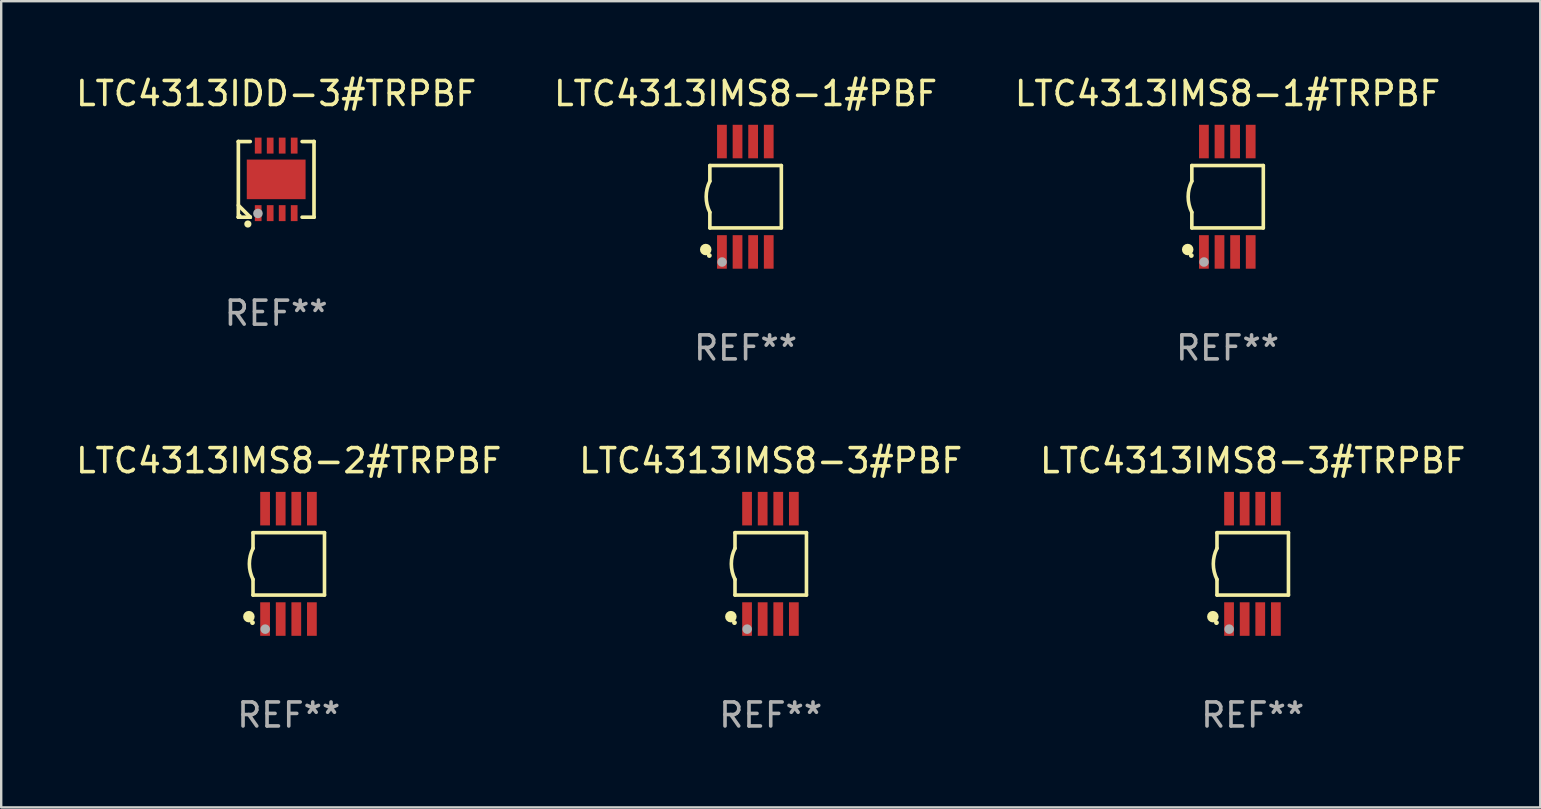
<source format=kicad_pcb>
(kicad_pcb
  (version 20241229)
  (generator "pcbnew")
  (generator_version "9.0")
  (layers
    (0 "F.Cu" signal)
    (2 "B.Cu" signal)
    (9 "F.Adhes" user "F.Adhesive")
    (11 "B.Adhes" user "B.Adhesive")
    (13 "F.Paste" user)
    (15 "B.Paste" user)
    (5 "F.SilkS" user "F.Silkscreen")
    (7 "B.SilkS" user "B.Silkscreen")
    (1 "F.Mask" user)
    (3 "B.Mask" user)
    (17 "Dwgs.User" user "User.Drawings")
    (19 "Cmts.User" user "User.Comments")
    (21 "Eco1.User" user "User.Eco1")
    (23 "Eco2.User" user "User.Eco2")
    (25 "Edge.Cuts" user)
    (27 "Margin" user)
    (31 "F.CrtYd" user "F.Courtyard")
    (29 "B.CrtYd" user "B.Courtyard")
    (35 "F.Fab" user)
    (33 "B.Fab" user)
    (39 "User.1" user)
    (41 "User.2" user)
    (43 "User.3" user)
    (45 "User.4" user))
  (footprint "LTC4313IMS8-3#PBF"
    (layer "F.Cu")
    (at 29.065 20.445)
    (property "Reference" "LTC4313IMS8-3#PBF" (at 0 -4.3 0) (layer "F.SilkS") (effects (font (size 1 1) (thickness 0.15))))
    (attr through_hole)
    (fp_line (start -1.489 -1.3) (end -1.489 -0.648) (stroke (width 0.15) (type solid)) (layer "F.SilkS"))
    (fp_line (start -1.489 0.648) (end -1.489 1.3) (stroke (width 0.15) (type solid)) (layer "F.SilkS"))
    (fp_line (start -1.489 1.3) (end 1.489 1.3) (stroke (width 0.15) (type solid)) (layer "F.SilkS"))
    (fp_line (start 1.489 -1.3) (end -1.489 -1.3) (stroke (width 0.15) (type solid)) (layer "F.SilkS"))
    (fp_line (start 1.489 1.3) (end 1.489 -1.3) (stroke (width 0.15) (type solid)) (layer "F.SilkS"))
    (fp_arc (start -1.489205 0.647702) (mid -1.642107 0) (end -1.489205 -0.647701) (stroke (width 0.150013) (type solid)) (layer "F.SilkS"))
    (fp_circle (center -1.661 2.2) (end -1.541 2.2) (stroke (width 0.24) (type solid)) (fill no) (layer "F.SilkS"))
    (fp_circle (center -1.511 2.45) (end -1.461 2.45) (stroke (width 0.1) (type solid)) (fill no) (layer "F.SilkS"))
    (fp_circle (center -0.981 2.72) (end -0.881 2.72) (stroke (width 0.2) (type solid)) (fill no) (layer "F.Fab"))
    (fp_text user "REF**" (at 0 6.3 0) (layer "F.Fab") (effects (font (size 1 1) (thickness 0.15))))
    (pad "1" smd rect (at -0.986 2.3) (size 0.406 1.397) (layers "F.Cu" "F.Mask" "F.Paste"))
    (pad "2" smd rect (at -0.336 2.3) (size 0.406 1.397) (layers "F.Cu" "F.Mask" "F.Paste"))
    (pad "3" smd rect (at 0.314 2.3) (size 0.406 1.397) (layers "F.Cu" "F.Mask" "F.Paste"))
    (pad "4" smd rect (at 0.964 2.3) (size 0.406 1.397) (layers "F.Cu" "F.Mask" "F.Paste"))
    (pad "5" smd rect (at 0.964 -2.3) (size 0.406 1.397) (layers "F.Cu" "F.Mask" "F.Paste"))
    (pad "6" smd rect (at 0.314 -2.3) (size 0.406 1.397) (layers "F.Cu" "F.Mask" "F.Paste"))
    (pad "7" smd rect (at -0.336 -2.3) (size 0.406 1.397) (layers "F.Cu" "F.Mask" "F.Paste"))
    (pad "8" smd rect (at -0.986 -2.3) (size 0.406 1.397) (layers "F.Cu" "F.Mask" "F.Paste")))
  (footprint "LTC4313IDD-3#TRPBF"
    (layer "F.Cu")
    (at 8.458 4.424)
    (property "Reference" "LTC4313IDD-3#TRPBF" (at 0 -3.576 0) (layer "F.SilkS") (effects (font (size 1 1) (thickness 0.15))))
    (attr through_hole)
    (fp_line (start -1.576 -1.576) (end -1.576 -1.576) (stroke (width 0.152) (type solid)) (layer "F.SilkS"))
    (fp_line (start -1.576 -1.576) (end -1.08 -1.576) (stroke (width 0.152) (type solid)) (layer "F.SilkS"))
    (fp_line (start -1.576 1.576) (end -1.576 -1.576) (stroke (width 0.152) (type solid)) (layer "F.SilkS"))
    (fp_line (start -1.576 1.576) (end -1.576 1.576) (stroke (width 0.152) (type solid)) (layer "F.SilkS"))
    (fp_line (start -1.08 1.575) (end -1.576 1.079) (stroke (width 0.152) (type solid)) (layer "F.SilkS"))
    (fp_line (start -1.08 1.576) (end -1.576 1.576) (stroke (width 0.152) (type solid)) (layer "F.SilkS"))
    (fp_line (start -1.08 1.576) (end -1.08 1.575) (stroke (width 0.152) (type solid)) (layer "F.SilkS"))
    (fp_line (start 1.08 1.576) (end 1.576 1.576) (stroke (width 0.152) (type solid)) (layer "F.SilkS"))
    (fp_line (start 1.576 -1.576) (end 1.08 -1.576) (stroke (width 0.152) (type solid)) (layer "F.SilkS"))
    (fp_line (start 1.576 -1.576) (end 1.576 -1.576) (stroke (width 0.152) (type solid)) (layer "F.SilkS"))
    (fp_line (start 1.576 1.576) (end 1.576 -1.576) (stroke (width 0.152) (type solid)) (layer "F.SilkS"))
    (fp_line (start 1.576 1.576) (end 1.576 1.576) (stroke (width 0.152) (type solid)) (layer "F.SilkS"))
    (fp_circle (center -1.5 1.5) (end -1.47 1.5) (stroke (width 0.06) (type solid)) (fill no) (layer "F.SilkS"))
    (fp_circle (center -1.18 1.86) (end -1.105 1.86) (stroke (width 0.15) (type solid)) (fill no) (layer "F.SilkS"))
    (fp_circle (center -0.76 1.42) (end -0.66 1.42) (stroke (width 0.2) (type solid)) (fill no) (layer "F.Fab"))
    (fp_text user "REF**" (at 0 5.576 0) (layer "F.Fab") (effects (font (size 1 1) (thickness 0.15))))
    (pad "1" smd rect (at -0.75 1.407) (size 0.28 0.665) (layers "F.Cu" "F.Mask" "F.Paste"))
    (pad "2" smd rect (at -0.25 1.407) (size 0.28 0.665) (layers "F.Cu" "F.Mask" "F.Paste"))
    (pad "3" smd rect (at 0.25 1.407) (size 0.28 0.665) (layers "F.Cu" "F.Mask" "F.Paste"))
    (pad "4" smd rect (at 0.75 1.407) (size 0.28 0.665) (layers "F.Cu" "F.Mask" "F.Paste"))
    (pad "5" smd rect (at 0.75 -1.407) (size 0.28 0.665) (layers "F.Cu" "F.Mask" "F.Paste"))
    (pad "6" smd rect (at 0.25 -1.407) (size 0.28 0.665) (layers "F.Cu" "F.Mask" "F.Paste"))
    (pad "7" smd rect (at -0.25 -1.407) (size 0.28 0.665) (layers "F.Cu" "F.Mask" "F.Paste"))
    (pad "8" smd rect (at -0.75 -1.407) (size 0.28 0.665) (layers "F.Cu" "F.Mask" "F.Paste"))
    (pad "9" smd rect (at 0 0) (size 2.45 1.65) (layers "F.Cu" "F.Mask" "F.Paste")))
  (footprint "LTC4313IMS8-3#TRPBF"
    (layer "F.Cu")
    (at 49.149 20.445)
    (property "Reference" "LTC4313IMS8-3#TRPBF" (at 0 -4.3 0) (layer "F.SilkS") (effects (font (size 1 1) (thickness 0.15))))
    (attr through_hole)
    (fp_line (start -1.489 -1.3) (end -1.489 -0.648) (stroke (width 0.15) (type solid)) (layer "F.SilkS"))
    (fp_line (start -1.489 0.648) (end -1.489 1.3) (stroke (width 0.15) (type solid)) (layer "F.SilkS"))
    (fp_line (start -1.489 1.3) (end 1.489 1.3) (stroke (width 0.15) (type solid)) (layer "F.SilkS"))
    (fp_line (start 1.489 -1.3) (end -1.489 -1.3) (stroke (width 0.15) (type solid)) (layer "F.SilkS"))
    (fp_line (start 1.489 1.3) (end 1.489 -1.3) (stroke (width 0.15) (type solid)) (layer "F.SilkS"))
    (fp_arc (start -1.489205 0.647702) (mid -1.642107 0) (end -1.489205 -0.647701) (stroke (width 0.150013) (type solid)) (layer "F.SilkS"))
    (fp_circle (center -1.661 2.2) (end -1.541 2.2) (stroke (width 0.24) (type solid)) (fill no) (layer "F.SilkS"))
    (fp_circle (center -1.511 2.45) (end -1.461 2.45) (stroke (width 0.1) (type solid)) (fill no) (layer "F.SilkS"))
    (fp_circle (center -0.981 2.72) (end -0.881 2.72) (stroke (width 0.2) (type solid)) (fill no) (layer "F.Fab"))
    (fp_text user "REF**" (at 0 6.3 0) (layer "F.Fab") (effects (font (size 1 1) (thickness 0.15))))
    (pad "1" smd rect (at -0.986 2.3) (size 0.406 1.397) (layers "F.Cu" "F.Mask" "F.Paste"))
    (pad "2" smd rect (at -0.336 2.3) (size 0.406 1.397) (layers "F.Cu" "F.Mask" "F.Paste"))
    (pad "3" smd rect (at 0.314 2.3) (size 0.406 1.397) (layers "F.Cu" "F.Mask" "F.Paste"))
    (pad "4" smd rect (at 0.964 2.3) (size 0.406 1.397) (layers "F.Cu" "F.Mask" "F.Paste"))
    (pad "5" smd rect (at 0.964 -2.3) (size 0.406 1.397) (layers "F.Cu" "F.Mask" "F.Paste"))
    (pad "6" smd rect (at 0.314 -2.3) (size 0.406 1.397) (layers "F.Cu" "F.Mask" "F.Paste"))
    (pad "7" smd rect (at -0.336 -2.3) (size 0.406 1.397) (layers "F.Cu" "F.Mask" "F.Paste"))
    (pad "8" smd rect (at -0.986 -2.3) (size 0.406 1.397) (layers "F.Cu" "F.Mask" "F.Paste")))
  (footprint "LTC4313IMS8-1#PBF"
    (layer "F.Cu")
    (at 28.018 5.148)
    (property "Reference" "LTC4313IMS8-1#PBF" (at 0 -4.3 0) (layer "F.SilkS") (effects (font (size 1 1) (thickness 0.15))))
    (attr through_hole)
    (fp_line (start -1.489 -1.3) (end -1.489 -0.648) (stroke (width 0.15) (type solid)) (layer "F.SilkS"))
    (fp_line (start -1.489 0.648) (end -1.489 1.3) (stroke (width 0.15) (type solid)) (layer "F.SilkS"))
    (fp_line (start -1.489 1.3) (end 1.489 1.3) (stroke (width 0.15) (type solid)) (layer "F.SilkS"))
    (fp_line (start 1.489 -1.3) (end -1.489 -1.3) (stroke (width 0.15) (type solid)) (layer "F.SilkS"))
    (fp_line (start 1.489 1.3) (end 1.489 -1.3) (stroke (width 0.15) (type solid)) (layer "F.SilkS"))
    (fp_arc (start -1.489205 0.647702) (mid -1.642107 0) (end -1.489205 -0.647701) (stroke (width 0.150013) (type solid)) (layer "F.SilkS"))
    (fp_circle (center -1.661 2.2) (end -1.541 2.2) (stroke (width 0.24) (type solid)) (fill no) (layer "F.SilkS"))
    (fp_circle (center -1.511 2.45) (end -1.461 2.45) (stroke (width 0.1) (type solid)) (fill no) (layer "F.SilkS"))
    (fp_circle (center -0.981 2.72) (end -0.881 2.72) (stroke (width 0.2) (type solid)) (fill no) (layer "F.Fab"))
    (fp_text user "REF**" (at 0 6.3 0) (layer "F.Fab") (effects (font (size 1 1) (thickness 0.15))))
    (pad "1" smd rect (at -0.986 2.3) (size 0.406 1.397) (layers "F.Cu" "F.Mask" "F.Paste"))
    (pad "2" smd rect (at -0.336 2.3) (size 0.406 1.397) (layers "F.Cu" "F.Mask" "F.Paste"))
    (pad "3" smd rect (at 0.314 2.3) (size 0.406 1.397) (layers "F.Cu" "F.Mask" "F.Paste"))
    (pad "4" smd rect (at 0.964 2.3) (size 0.406 1.397) (layers "F.Cu" "F.Mask" "F.Paste"))
    (pad "5" smd rect (at 0.964 -2.3) (size 0.406 1.397) (layers "F.Cu" "F.Mask" "F.Paste"))
    (pad "6" smd rect (at 0.314 -2.3) (size 0.406 1.397) (layers "F.Cu" "F.Mask" "F.Paste"))
    (pad "7" smd rect (at -0.336 -2.3) (size 0.406 1.397) (layers "F.Cu" "F.Mask" "F.Paste"))
    (pad "8" smd rect (at -0.986 -2.3) (size 0.406 1.397) (layers "F.Cu" "F.Mask" "F.Paste")))
  (footprint "LTC4313IMS8-1#TRPBF"
    (layer "F.Cu")
    (at 48.101 5.148)
    (property "Reference" "LTC4313IMS8-1#TRPBF" (at 0 -4.3 0) (layer "F.SilkS") (effects (font (size 1 1) (thickness 0.15))))
    (attr through_hole)
    (fp_line (start -1.489 -1.3) (end -1.489 -0.648) (stroke (width 0.15) (type solid)) (layer "F.SilkS"))
    (fp_line (start -1.489 0.648) (end -1.489 1.3) (stroke (width 0.15) (type solid)) (layer "F.SilkS"))
    (fp_line (start -1.489 1.3) (end 1.489 1.3) (stroke (width 0.15) (type solid)) (layer "F.SilkS"))
    (fp_line (start 1.489 -1.3) (end -1.489 -1.3) (stroke (width 0.15) (type solid)) (layer "F.SilkS"))
    (fp_line (start 1.489 1.3) (end 1.489 -1.3) (stroke (width 0.15) (type solid)) (layer "F.SilkS"))
    (fp_arc (start -1.489205 0.647702) (mid -1.642107 0) (end -1.489205 -0.647701) (stroke (width 0.150013) (type solid)) (layer "F.SilkS"))
    (fp_circle (center -1.661 2.2) (end -1.541 2.2) (stroke (width 0.24) (type solid)) (fill no) (layer "F.SilkS"))
    (fp_circle (center -1.511 2.45) (end -1.461 2.45) (stroke (width 0.1) (type solid)) (fill no) (layer "F.SilkS"))
    (fp_circle (center -0.981 2.72) (end -0.881 2.72) (stroke (width 0.2) (type solid)) (fill no) (layer "F.Fab"))
    (fp_text user "REF**" (at 0 6.3 0) (layer "F.Fab") (effects (font (size 1 1) (thickness 0.15))))
    (pad "1" smd rect (at -0.986 2.3) (size 0.406 1.397) (layers "F.Cu" "F.Mask" "F.Paste"))
    (pad "2" smd rect (at -0.336 2.3) (size 0.406 1.397) (layers "F.Cu" "F.Mask" "F.Paste"))
    (pad "3" smd rect (at 0.314 2.3) (size 0.406 1.397) (layers "F.Cu" "F.Mask" "F.Paste"))
    (pad "4" smd rect (at 0.964 2.3) (size 0.406 1.397) (layers "F.Cu" "F.Mask" "F.Paste"))
    (pad "5" smd rect (at 0.964 -2.3) (size 0.406 1.397) (layers "F.Cu" "F.Mask" "F.Paste"))
    (pad "6" smd rect (at 0.314 -2.3) (size 0.406 1.397) (layers "F.Cu" "F.Mask" "F.Paste"))
    (pad "7" smd rect (at -0.336 -2.3) (size 0.406 1.397) (layers "F.Cu" "F.Mask" "F.Paste"))
    (pad "8" smd rect (at -0.986 -2.3) (size 0.406 1.397) (layers "F.Cu" "F.Mask" "F.Paste")))
  (footprint "LTC4313IMS8-2#TRPBF"
    (layer "F.Cu")
    (at 8.982 20.445)
    (property "Reference" "LTC4313IMS8-2#TRPBF" (at 0 -4.3 0) (layer "F.SilkS") (effects (font (size 1 1) (thickness 0.15))))
    (attr through_hole)
    (fp_line (start -1.489 -1.3) (end -1.489 -0.648) (stroke (width 0.15) (type solid)) (layer "F.SilkS"))
    (fp_line (start -1.489 0.648) (end -1.489 1.3) (stroke (width 0.15) (type solid)) (layer "F.SilkS"))
    (fp_line (start -1.489 1.3) (end 1.489 1.3) (stroke (width 0.15) (type solid)) (layer "F.SilkS"))
    (fp_line (start 1.489 -1.3) (end -1.489 -1.3) (stroke (width 0.15) (type solid)) (layer "F.SilkS"))
    (fp_line (start 1.489 1.3) (end 1.489 -1.3) (stroke (width 0.15) (type solid)) (layer "F.SilkS"))
    (fp_arc (start -1.489205 0.647702) (mid -1.642107 0) (end -1.489205 -0.647701) (stroke (width 0.150013) (type solid)) (layer "F.SilkS"))
    (fp_circle (center -1.661 2.2) (end -1.541 2.2) (stroke (width 0.24) (type solid)) (fill no) (layer "F.SilkS"))
    (fp_circle (center -1.511 2.45) (end -1.461 2.45) (stroke (width 0.1) (type solid)) (fill no) (layer "F.SilkS"))
    (fp_circle (center -0.981 2.72) (end -0.881 2.72) (stroke (width 0.2) (type solid)) (fill no) (layer "F.Fab"))
    (fp_text user "REF**" (at 0 6.3 0) (layer "F.Fab") (effects (font (size 1 1) (thickness 0.15))))
    (pad "1" smd rect (at -0.986 2.3) (size 0.406 1.397) (layers "F.Cu" "F.Mask" "F.Paste"))
    (pad "2" smd rect (at -0.336 2.3) (size 0.406 1.397) (layers "F.Cu" "F.Mask" "F.Paste"))
    (pad "3" smd rect (at 0.314 2.3) (size 0.406 1.397) (layers "F.Cu" "F.Mask" "F.Paste"))
    (pad "4" smd rect (at 0.964 2.3) (size 0.406 1.397) (layers "F.Cu" "F.Mask" "F.Paste"))
    (pad "5" smd rect (at 0.964 -2.3) (size 0.406 1.397) (layers "F.Cu" "F.Mask" "F.Paste"))
    (pad "6" smd rect (at 0.314 -2.3) (size 0.406 1.397) (layers "F.Cu" "F.Mask" "F.Paste"))
    (pad "7" smd rect (at -0.336 -2.3) (size 0.406 1.397) (layers "F.Cu" "F.Mask" "F.Paste"))
    (pad "8" smd rect (at -0.986 -2.3) (size 0.406 1.397) (layers "F.Cu" "F.Mask" "F.Paste")))
  (gr_rect
    (start -3 -3)
    (end 61.131 30.593)
    (stroke (width 0.1) (type default))
    (fill no)
    (layer "Edge.Cuts")))
</source>
